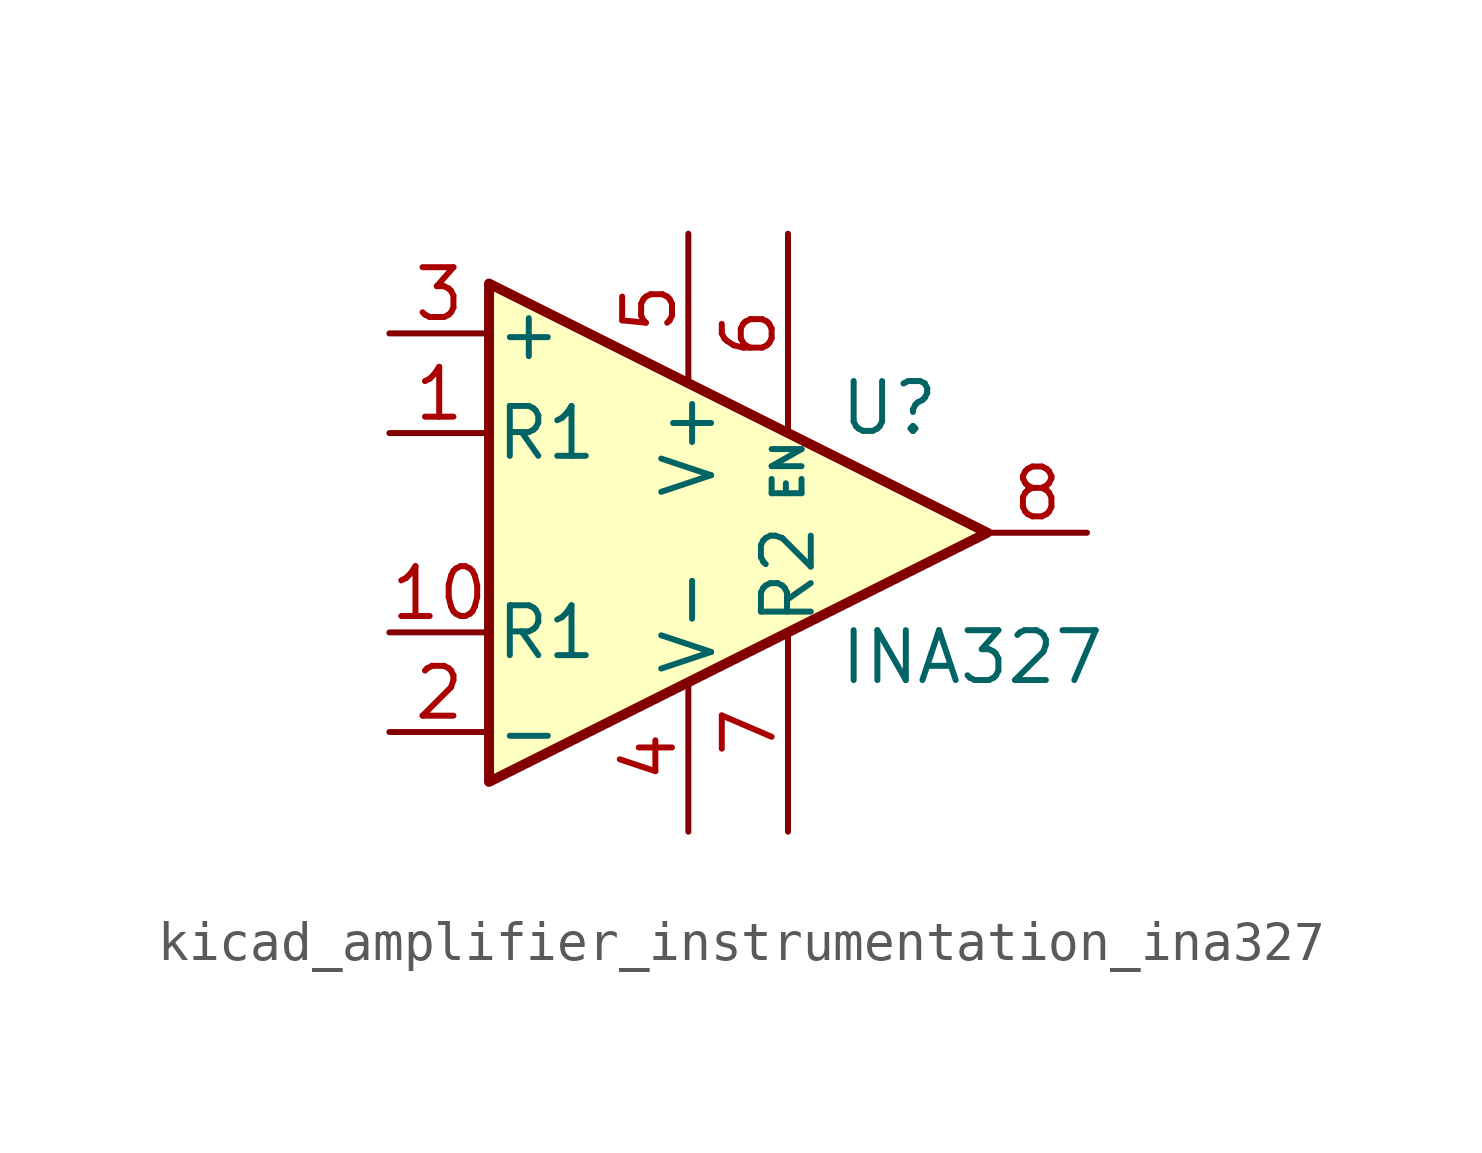
<source format=kicad_sym>
(kicad_symbol_lib
  (version 20220914)
  (generator kicad_symbol_editor)
  (symbol "kicad_amplifier_instrumentation_ina327"
    (pin_names
      (offset 0.127))
    (property "Reference" "U"
      (at 3.81 3.175 0)
      (effects (font (size 1.27 1.27)) (justify left)))
    (property "Value" "INA327"
      (at 3.81 -3.175 0)
      (effects (font (size 1.27 1.27)) (justify left)))
    (symbol "kicad_amplifier_instrumentation_ina327_0_1"
      (polyline (pts (xy 7.62 0) (xy -5.08 6.35) (xy -5.08 -6.35) (xy 7.62 0)) (stroke (width 0.254) (type default)) (fill (type background))))
    (symbol "kicad_amplifier_instrumentation_ina327_1_1"
      (pin passive line (at -7.62 2.54 0) (length 2.54) (name "R1" (effects (font (size 1.27 1.27)))) (number "1" (effects (font (size 1.27 1.27)))))
      (pin passive line (at -7.62 -2.54 0) (length 2.54) (name "R1" (effects (font (size 1.27 1.27)))) (number "10" (effects (font (size 1.27 1.27)))))
      (pin input line (at -7.62 -5.08 0) (length 2.54) (name "-" (effects (font (size 1.27 1.27)))) (number "2" (effects (font (size 1.27 1.27)))))
      (pin input line (at -7.62 5.08 0) (length 2.54) (name "+" (effects (font (size 1.27 1.27)))) (number "3" (effects (font (size 1.27 1.27)))))
      (pin power_in line (at 0 -7.62 90) (length 3.81) (name "V-" (effects (font (size 1.27 1.27)))) (number "4" (effects (font (size 1.27 1.27)))))
      (pin power_in line (at 0 7.62 270) (length 3.81) (name "V+" (effects (font (size 1.27 1.27)))) (number "5" (effects (font (size 1.27 1.27)))))
      (pin input line (at 2.54 7.62 270) (length 5.08) (name "EN" (effects (font (size 0.762 0.762)))) (number "6" (effects (font (size 1.27 1.27)))))
      (pin input line (at 2.54 -7.62 90) (length 5.08) (name "R2" (effects (font (size 1.27 1.27)))) (number "7" (effects (font (size 1.27 1.27)))))
      (pin output line (at 10.16 0 180) (length 2.54) (name "~" (effects (font (size 1.27 1.27)))) (number "8" (effects (font (size 1.27 1.27)))))
      (pin passive line (at 0 7.62 270) (length 3.81) hide (name "V+" (effects (font (size 1.27 1.27)))) (number "9" (effects (font (size 1.27 1.27))))))))
</source>
